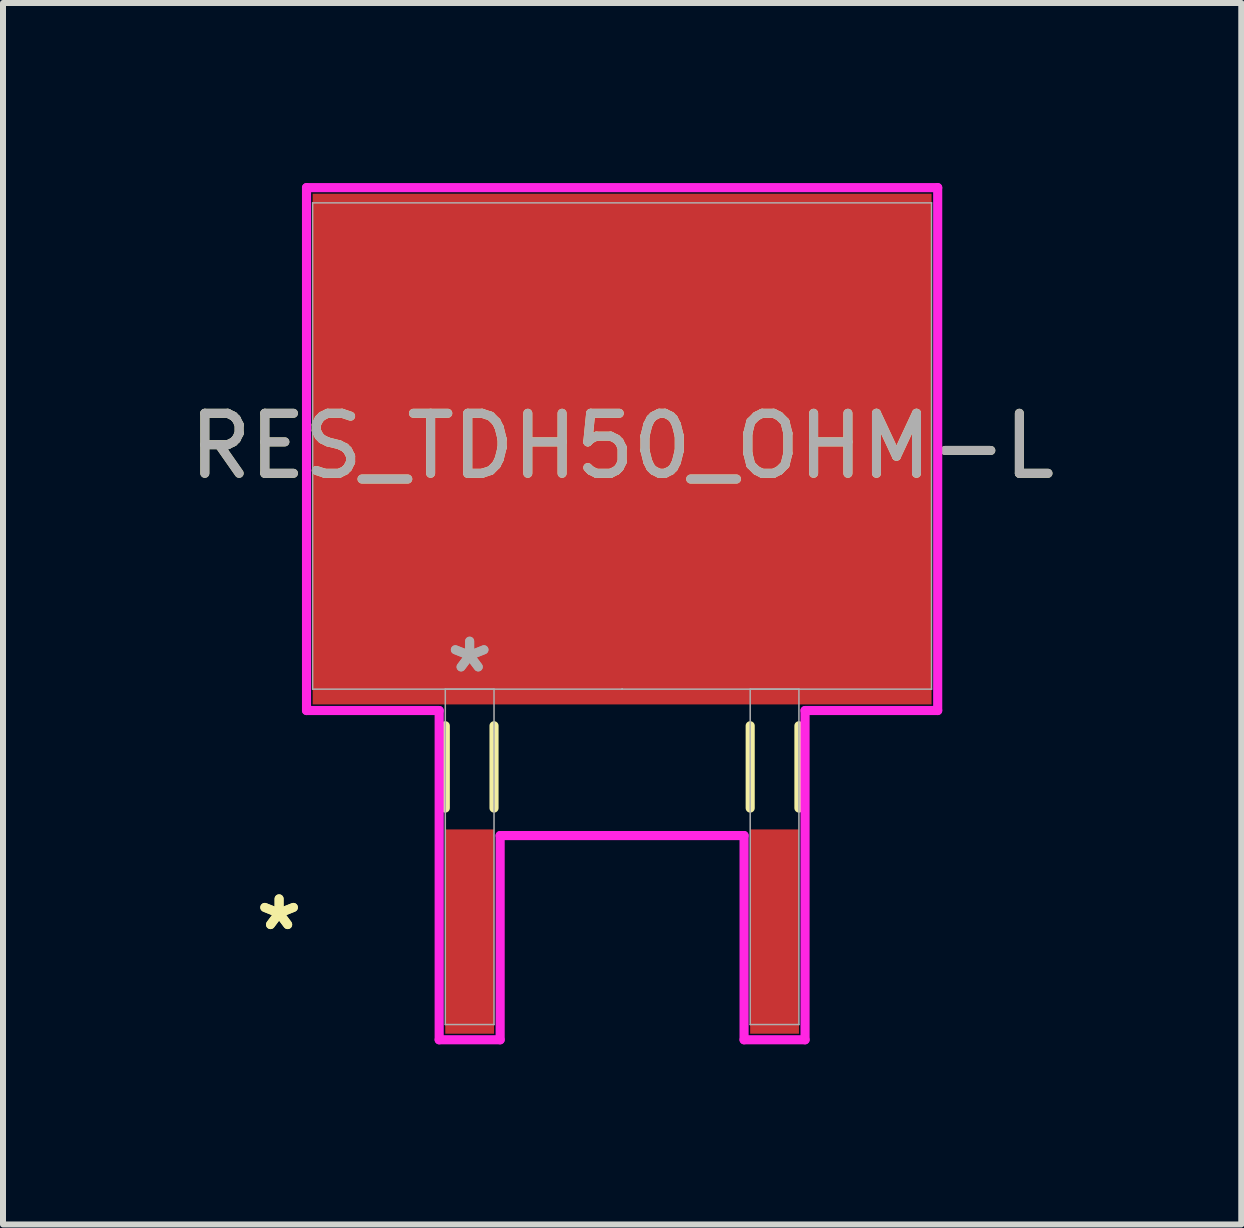
<source format=kicad_pcb>
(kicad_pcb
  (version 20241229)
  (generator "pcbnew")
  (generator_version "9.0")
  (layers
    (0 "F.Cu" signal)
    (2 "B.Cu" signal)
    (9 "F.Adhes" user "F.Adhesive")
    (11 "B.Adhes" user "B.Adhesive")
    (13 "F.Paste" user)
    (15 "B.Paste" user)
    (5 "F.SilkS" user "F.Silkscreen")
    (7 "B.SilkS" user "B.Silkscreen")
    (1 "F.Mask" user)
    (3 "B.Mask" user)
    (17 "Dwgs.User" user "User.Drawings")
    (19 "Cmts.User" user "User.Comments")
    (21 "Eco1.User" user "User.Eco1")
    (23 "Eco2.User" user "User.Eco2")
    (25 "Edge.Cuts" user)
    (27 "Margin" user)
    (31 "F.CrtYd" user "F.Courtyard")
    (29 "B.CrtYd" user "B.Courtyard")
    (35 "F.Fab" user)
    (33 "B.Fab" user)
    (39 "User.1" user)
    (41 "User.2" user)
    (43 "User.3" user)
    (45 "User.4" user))
  (footprint "RES_TDH50_OHM-L"
    (layer "F.Cu")
    (at 7.315 4.381)
    (property "Reference" "RES_TDH50_OHM-L" (at 0 0 0) (unlocked yes) (layer "F.SilkS") (effects (font (size 1 1) (thickness 0.15))))
    (attr smd)
    (fp_line (start -2.946 4.661) (end -2.946 6.032) (stroke (width 0.152) (type solid)) (layer "F.SilkS"))
    (fp_line (start -2.134 4.661) (end -2.134 6.032) (stroke (width 0.152) (type solid)) (layer "F.SilkS"))
    (fp_line (start 2.134 4.661) (end 2.134 6.032) (stroke (width 0.152) (type solid)) (layer "F.SilkS"))
    (fp_line (start 2.946 4.661) (end 2.946 6.032) (stroke (width 0.152) (type solid)) (layer "F.SilkS"))
    (fp_line (start -5.258 -4.305) (end 5.258 -4.305) (stroke (width 0.152) (type solid)) (layer "F.CrtYd"))
    (fp_line (start -5.258 4.407) (end -5.258 -4.305) (stroke (width 0.152) (type solid)) (layer "F.CrtYd"))
    (fp_line (start -3.048 4.407) (end -5.258 4.407) (stroke (width 0.152) (type solid)) (layer "F.CrtYd"))
    (fp_line (start -3.048 9.893) (end -3.048 4.407) (stroke (width 0.152) (type solid)) (layer "F.CrtYd"))
    (fp_line (start -2.032 6.49) (end -2.032 9.893) (stroke (width 0.152) (type solid)) (layer "F.CrtYd"))
    (fp_line (start -2.032 9.893) (end -3.048 9.893) (stroke (width 0.152) (type solid)) (layer "F.CrtYd"))
    (fp_line (start 2.032 6.49) (end -2.032 6.49) (stroke (width 0.152) (type solid)) (layer "F.CrtYd"))
    (fp_line (start 2.032 9.893) (end 2.032 6.49) (stroke (width 0.152) (type solid)) (layer "F.CrtYd"))
    (fp_line (start 3.048 4.407) (end 3.048 9.893) (stroke (width 0.152) (type solid)) (layer "F.CrtYd"))
    (fp_line (start 3.048 9.893) (end 2.032 9.893) (stroke (width 0.152) (type solid)) (layer "F.CrtYd"))
    (fp_line (start 5.258 -4.305) (end 5.258 4.407) (stroke (width 0.152) (type solid)) (layer "F.CrtYd"))
    (fp_line (start 5.258 4.407) (end 3.048 4.407) (stroke (width 0.152) (type solid)) (layer "F.CrtYd"))
    (fp_line (start -5.156 -4.051) (end -5.156 4.051) (stroke (width 0.025) (type solid)) (layer "F.Fab"))
    (fp_line (start -5.156 4.051) (end 5.156 4.051) (stroke (width 0.025) (type solid)) (layer "F.Fab"))
    (fp_line (start -2.946 4.051) (end -2.946 9.639) (stroke (width 0.025) (type solid)) (layer "F.Fab"))
    (fp_line (start -2.946 9.639) (end -2.134 9.639) (stroke (width 0.025) (type solid)) (layer "F.Fab"))
    (fp_line (start -2.134 4.051) (end -2.946 4.051) (stroke (width 0.025) (type solid)) (layer "F.Fab"))
    (fp_line (start -2.134 9.639) (end -2.134 4.051) (stroke (width 0.025) (type solid)) (layer "F.Fab"))
    (fp_line (start 0 4.051) (end 0 4.051) (stroke (width 0.025) (type solid)) (layer "F.Fab"))
    (fp_line (start 0 4.051) (end 0 4.051) (stroke (width 0.025) (type solid)) (layer "F.Fab"))
    (fp_line (start 0 4.051) (end 0 4.051) (stroke (width 0.025) (type solid)) (layer "F.Fab"))
    (fp_line (start 2.134 4.051) (end 2.134 9.639) (stroke (width 0.025) (type solid)) (layer "F.Fab"))
    (fp_line (start 2.134 9.639) (end 2.946 9.639) (stroke (width 0.025) (type solid)) (layer "F.Fab"))
    (fp_line (start 2.946 4.051) (end 2.134 4.051) (stroke (width 0.025) (type solid)) (layer "F.Fab"))
    (fp_line (start 2.946 9.639) (end 2.946 4.051) (stroke (width 0.025) (type solid)) (layer "F.Fab"))
    (fp_line (start 5.156 -4.051) (end -5.156 -4.051) (stroke (width 0.025) (type solid)) (layer "F.Fab"))
    (fp_line (start 5.156 4.051) (end 5.156 -4.051) (stroke (width 0.025) (type solid)) (layer "F.Fab"))
    (fp_text user "*" (at -5.715 8.09 0) (unlocked yes) (layer "F.SilkS") (effects (font (size 1 1) (thickness 0.15))))
    (fp_text user "*" (at -5.715 8.09 0) (layer "F.SilkS") (effects (font (size 1 1) (thickness 0.15))))
    (fp_text user "*" (at -2.54 3.797 0) (unlocked yes) (layer "F.Fab") (effects (font (size 1 1) (thickness 0.15))))
    (fp_text user "*" (at -2.54 3.797 0) (layer "F.Fab") (effects (font (size 1 1) (thickness 0.15))))
    (fp_text user "${REFERENCE}" (at 0 0 0) (unlocked yes) (layer "F.Fab") (effects (font (size 1 1) (thickness 0.15))))
    (pad "1" smd rect (at -2.54 8.09) (size 0.813 3.404) (layers "F.Cu" "F.Mask" "F.Paste"))
    (pad "2" smd rect (at 0 0.051) (size 10.312 8.509) (layers "F.Cu" "F.Mask" "F.Paste"))
    (pad "3" smd rect (at 2.54 8.09) (size 0.813 3.404) (layers "F.Cu" "F.Mask" "F.Paste")))
  (gr_rect
    (start -3 -3)
    (end 17.631 17.351)
    (stroke (width 0.1) (type default))
    (fill no)
    (layer "Edge.Cuts")))
</source>
